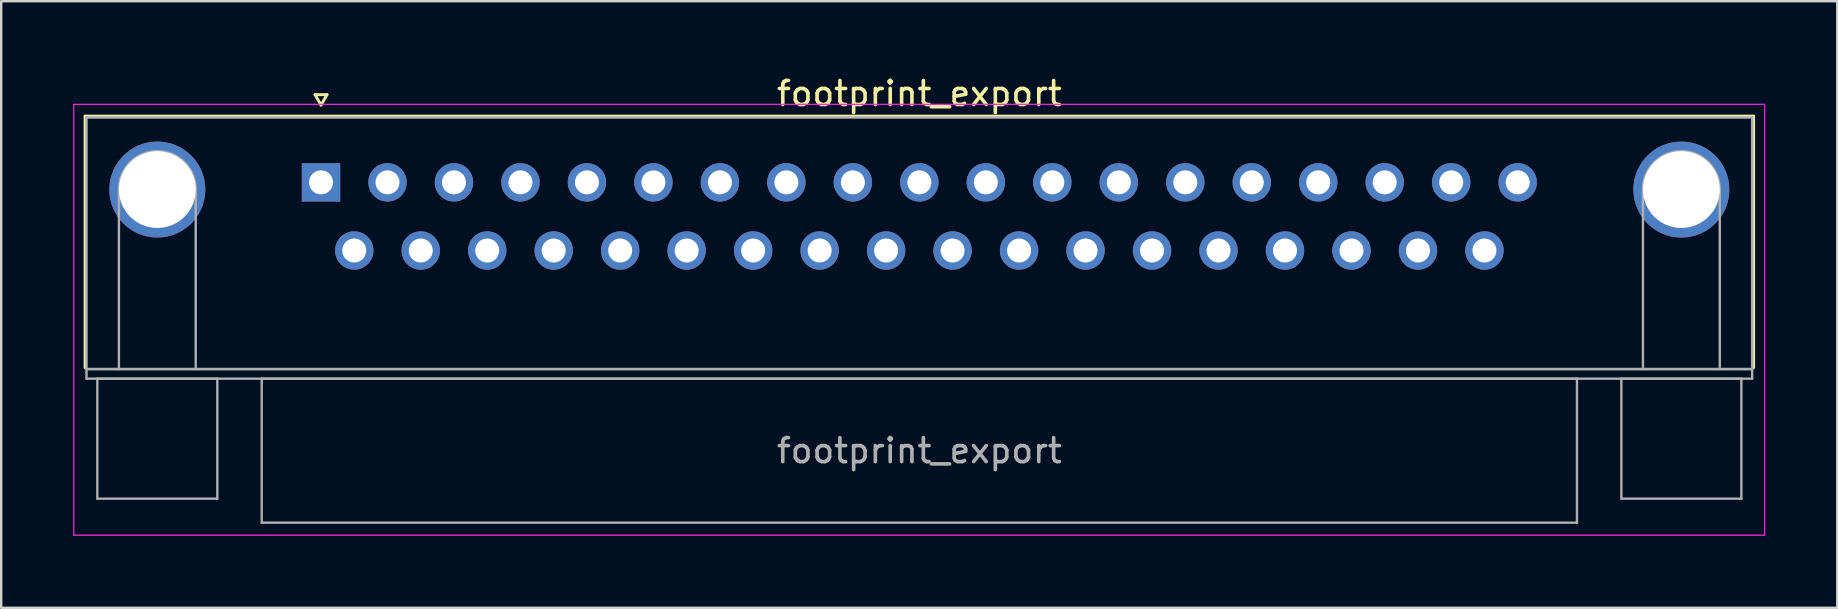
<source format=kicad_pcb>
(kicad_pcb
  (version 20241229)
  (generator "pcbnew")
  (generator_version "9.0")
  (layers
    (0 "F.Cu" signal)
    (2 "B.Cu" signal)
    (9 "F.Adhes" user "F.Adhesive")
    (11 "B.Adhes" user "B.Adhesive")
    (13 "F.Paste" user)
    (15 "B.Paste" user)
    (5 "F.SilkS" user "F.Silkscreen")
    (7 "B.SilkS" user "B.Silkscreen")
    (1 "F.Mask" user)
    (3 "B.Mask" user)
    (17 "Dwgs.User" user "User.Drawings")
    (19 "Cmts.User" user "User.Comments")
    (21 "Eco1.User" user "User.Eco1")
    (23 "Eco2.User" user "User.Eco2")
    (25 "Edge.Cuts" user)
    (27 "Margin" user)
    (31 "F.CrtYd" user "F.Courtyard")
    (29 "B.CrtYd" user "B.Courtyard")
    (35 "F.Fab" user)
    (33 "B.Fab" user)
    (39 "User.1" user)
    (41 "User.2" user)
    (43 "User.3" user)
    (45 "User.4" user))
  (footprint "footprint_export"
    (layer "F.Cu")
    (at 10.325 4.548)
    (property "Reference" "footprint_export" (at 24.93 -3.7 0) (layer "F.SilkS") (effects (font (size 1 1) (thickness 0.15))))
    (attr through_hole)
    (fp_line (start -9.83 -2.76) (end 59.69 -2.76) (stroke (width 0.12) (type solid)) (layer "F.SilkS"))
    (fp_line (start -9.83 7.72) (end -9.83 -2.76) (stroke (width 0.12) (type solid)) (layer "F.SilkS"))
    (fp_line (start -0.25 -3.654) (end 0.25 -3.654) (stroke (width 0.12) (type solid)) (layer "F.SilkS"))
    (fp_line (start 0 -3.221) (end -0.25 -3.654) (stroke (width 0.12) (type solid)) (layer "F.SilkS"))
    (fp_line (start 0.25 -3.654) (end 0 -3.221) (stroke (width 0.12) (type solid)) (layer "F.SilkS"))
    (fp_line (start 59.69 -2.76) (end 59.69 7.72) (stroke (width 0.12) (type solid)) (layer "F.SilkS"))
    (fp_line (start -10.3 -3.25) (end -10.3 14.7) (stroke (width 0.05) (type solid)) (layer "F.CrtYd"))
    (fp_line (start -10.3 14.7) (end 60.15 14.7) (stroke (width 0.05) (type solid)) (layer "F.CrtYd"))
    (fp_line (start 60.15 -3.25) (end -10.3 -3.25) (stroke (width 0.05) (type solid)) (layer "F.CrtYd"))
    (fp_line (start 60.15 14.7) (end 60.15 -3.25) (stroke (width 0.05) (type solid)) (layer "F.CrtYd"))
    (fp_line (start -9.77 -2.7) (end -9.77 7.78) (stroke (width 0.1) (type solid)) (layer "F.Fab"))
    (fp_line (start -9.77 7.78) (end -9.77 8.18) (stroke (width 0.1) (type solid)) (layer "F.Fab"))
    (fp_line (start -9.77 7.78) (end 59.63 7.78) (stroke (width 0.1) (type solid)) (layer "F.Fab"))
    (fp_line (start -9.77 8.18) (end 59.63 8.18) (stroke (width 0.1) (type solid)) (layer "F.Fab"))
    (fp_line (start -9.32 8.18) (end -9.32 13.18) (stroke (width 0.1) (type solid)) (layer "F.Fab"))
    (fp_line (start -9.32 13.18) (end -4.32 13.18) (stroke (width 0.1) (type solid)) (layer "F.Fab"))
    (fp_line (start -8.42 7.78) (end -8.42 0.3) (stroke (width 0.1) (type solid)) (layer "F.Fab"))
    (fp_line (start -5.22 7.78) (end -5.22 0.3) (stroke (width 0.1) (type solid)) (layer "F.Fab"))
    (fp_line (start -4.32 8.18) (end -9.32 8.18) (stroke (width 0.1) (type solid)) (layer "F.Fab"))
    (fp_line (start -4.32 13.18) (end -4.32 8.18) (stroke (width 0.1) (type solid)) (layer "F.Fab"))
    (fp_line (start -2.47 8.18) (end -2.47 14.18) (stroke (width 0.1) (type solid)) (layer "F.Fab"))
    (fp_line (start -2.47 14.18) (end 52.33 14.18) (stroke (width 0.1) (type solid)) (layer "F.Fab"))
    (fp_line (start 52.33 8.18) (end -2.47 8.18) (stroke (width 0.1) (type solid)) (layer "F.Fab"))
    (fp_line (start 52.33 14.18) (end 52.33 8.18) (stroke (width 0.1) (type solid)) (layer "F.Fab"))
    (fp_line (start 54.18 8.18) (end 54.18 13.18) (stroke (width 0.1) (type solid)) (layer "F.Fab"))
    (fp_line (start 54.18 13.18) (end 59.18 13.18) (stroke (width 0.1) (type solid)) (layer "F.Fab"))
    (fp_line (start 55.08 7.78) (end 55.08 0.3) (stroke (width 0.1) (type solid)) (layer "F.Fab"))
    (fp_line (start 58.28 7.78) (end 58.28 0.3) (stroke (width 0.1) (type solid)) (layer "F.Fab"))
    (fp_line (start 59.18 8.18) (end 54.18 8.18) (stroke (width 0.1) (type solid)) (layer "F.Fab"))
    (fp_line (start 59.18 13.18) (end 59.18 8.18) (stroke (width 0.1) (type solid)) (layer "F.Fab"))
    (fp_line (start 59.63 -2.7) (end -9.77 -2.7) (stroke (width 0.1) (type solid)) (layer "F.Fab"))
    (fp_line (start 59.63 7.78) (end -9.77 7.78) (stroke (width 0.1) (type solid)) (layer "F.Fab"))
    (fp_line (start 59.63 7.78) (end 59.63 -2.7) (stroke (width 0.1) (type solid)) (layer "F.Fab"))
    (fp_line (start 59.63 8.18) (end 59.63 7.78) (stroke (width 0.1) (type solid)) (layer "F.Fab"))
    (fp_arc (start -8.42 0.3) (mid -6.82 -1.3) (end -5.22 0.3) (stroke (width 0.1) (type solid)) (layer "F.Fab"))
    (fp_arc (start 55.08 0.3) (mid 56.68 -1.3) (end 58.28 0.3) (stroke (width 0.1) (type solid)) (layer "F.Fab"))
    (fp_text user "${REFERENCE}" (at 24.93 11.18 0) (layer "F.Fab") (effects (font (size 1 1) (thickness 0.15))))
    (pad "0" thru_hole circle (at -6.82 0.3) (size 4 4) (drill 3.2) (layers "*.Cu" "*.Mask"))
    (pad "0" thru_hole circle (at 56.68 0.3) (size 4 4) (drill 3.2) (layers "*.Cu" "*.Mask"))
    (pad "1" thru_hole rect (at 0 0) (size 1.6 1.6) (drill 1) (layers "*.Cu" "*.Mask"))
    (pad "2" thru_hole circle (at 2.77 0) (size 1.6 1.6) (drill 1) (layers "*.Cu" "*.Mask"))
    (pad "3" thru_hole circle (at 5.54 0) (size 1.6 1.6) (drill 1) (layers "*.Cu" "*.Mask"))
    (pad "4" thru_hole circle (at 8.31 0) (size 1.6 1.6) (drill 1) (layers "*.Cu" "*.Mask"))
    (pad "5" thru_hole circle (at 11.08 0) (size 1.6 1.6) (drill 1) (layers "*.Cu" "*.Mask"))
    (pad "6" thru_hole circle (at 13.85 0) (size 1.6 1.6) (drill 1) (layers "*.Cu" "*.Mask"))
    (pad "7" thru_hole circle (at 16.62 0) (size 1.6 1.6) (drill 1) (layers "*.Cu" "*.Mask"))
    (pad "8" thru_hole circle (at 19.39 0) (size 1.6 1.6) (drill 1) (layers "*.Cu" "*.Mask"))
    (pad "9" thru_hole circle (at 22.16 0) (size 1.6 1.6) (drill 1) (layers "*.Cu" "*.Mask"))
    (pad "10" thru_hole circle (at 24.93 0) (size 1.6 1.6) (drill 1) (layers "*.Cu" "*.Mask"))
    (pad "11" thru_hole circle (at 27.7 0) (size 1.6 1.6) (drill 1) (layers "*.Cu" "*.Mask"))
    (pad "12" thru_hole circle (at 30.47 0) (size 1.6 1.6) (drill 1) (layers "*.Cu" "*.Mask"))
    (pad "13" thru_hole circle (at 33.24 0) (size 1.6 1.6) (drill 1) (layers "*.Cu" "*.Mask"))
    (pad "14" thru_hole circle (at 36.01 0) (size 1.6 1.6) (drill 1) (layers "*.Cu" "*.Mask"))
    (pad "15" thru_hole circle (at 38.78 0) (size 1.6 1.6) (drill 1) (layers "*.Cu" "*.Mask"))
    (pad "16" thru_hole circle (at 41.55 0) (size 1.6 1.6) (drill 1) (layers "*.Cu" "*.Mask"))
    (pad "17" thru_hole circle (at 44.32 0) (size 1.6 1.6) (drill 1) (layers "*.Cu" "*.Mask"))
    (pad "18" thru_hole circle (at 47.09 0) (size 1.6 1.6) (drill 1) (layers "*.Cu" "*.Mask"))
    (pad "19" thru_hole circle (at 49.86 0) (size 1.6 1.6) (drill 1) (layers "*.Cu" "*.Mask"))
    (pad "20" thru_hole circle (at 1.385 2.84) (size 1.6 1.6) (drill 1) (layers "*.Cu" "*.Mask"))
    (pad "21" thru_hole circle (at 4.155 2.84) (size 1.6 1.6) (drill 1) (layers "*.Cu" "*.Mask"))
    (pad "22" thru_hole circle (at 6.925 2.84) (size 1.6 1.6) (drill 1) (layers "*.Cu" "*.Mask"))
    (pad "23" thru_hole circle (at 9.695 2.84) (size 1.6 1.6) (drill 1) (layers "*.Cu" "*.Mask"))
    (pad "24" thru_hole circle (at 12.465 2.84) (size 1.6 1.6) (drill 1) (layers "*.Cu" "*.Mask"))
    (pad "25" thru_hole circle (at 15.235 2.84) (size 1.6 1.6) (drill 1) (layers "*.Cu" "*.Mask"))
    (pad "26" thru_hole circle (at 18.005 2.84) (size 1.6 1.6) (drill 1) (layers "*.Cu" "*.Mask"))
    (pad "27" thru_hole circle (at 20.775 2.84) (size 1.6 1.6) (drill 1) (layers "*.Cu" "*.Mask"))
    (pad "28" thru_hole circle (at 23.545 2.84) (size 1.6 1.6) (drill 1) (layers "*.Cu" "*.Mask"))
    (pad "29" thru_hole circle (at 26.315 2.84) (size 1.6 1.6) (drill 1) (layers "*.Cu" "*.Mask"))
    (pad "30" thru_hole circle (at 29.085 2.84) (size 1.6 1.6) (drill 1) (layers "*.Cu" "*.Mask"))
    (pad "31" thru_hole circle (at 31.855 2.84) (size 1.6 1.6) (drill 1) (layers "*.Cu" "*.Mask"))
    (pad "32" thru_hole circle (at 34.625 2.84) (size 1.6 1.6) (drill 1) (layers "*.Cu" "*.Mask"))
    (pad "33" thru_hole circle (at 37.395 2.84) (size 1.6 1.6) (drill 1) (layers "*.Cu" "*.Mask"))
    (pad "34" thru_hole circle (at 40.165 2.84) (size 1.6 1.6) (drill 1) (layers "*.Cu" "*.Mask"))
    (pad "35" thru_hole circle (at 42.935 2.84) (size 1.6 1.6) (drill 1) (layers "*.Cu" "*.Mask"))
    (pad "36" thru_hole circle (at 45.705 2.84) (size 1.6 1.6) (drill 1) (layers "*.Cu" "*.Mask"))
    (pad "37" thru_hole circle (at 48.475 2.84) (size 1.6 1.6) (drill 1) (layers "*.Cu" "*.Mask")))
  (gr_rect
    (start -3 -3)
    (end 73.5 22.273)
    (stroke (width 0.1) (type default))
    (fill no)
    (layer "Edge.Cuts")))
</source>
